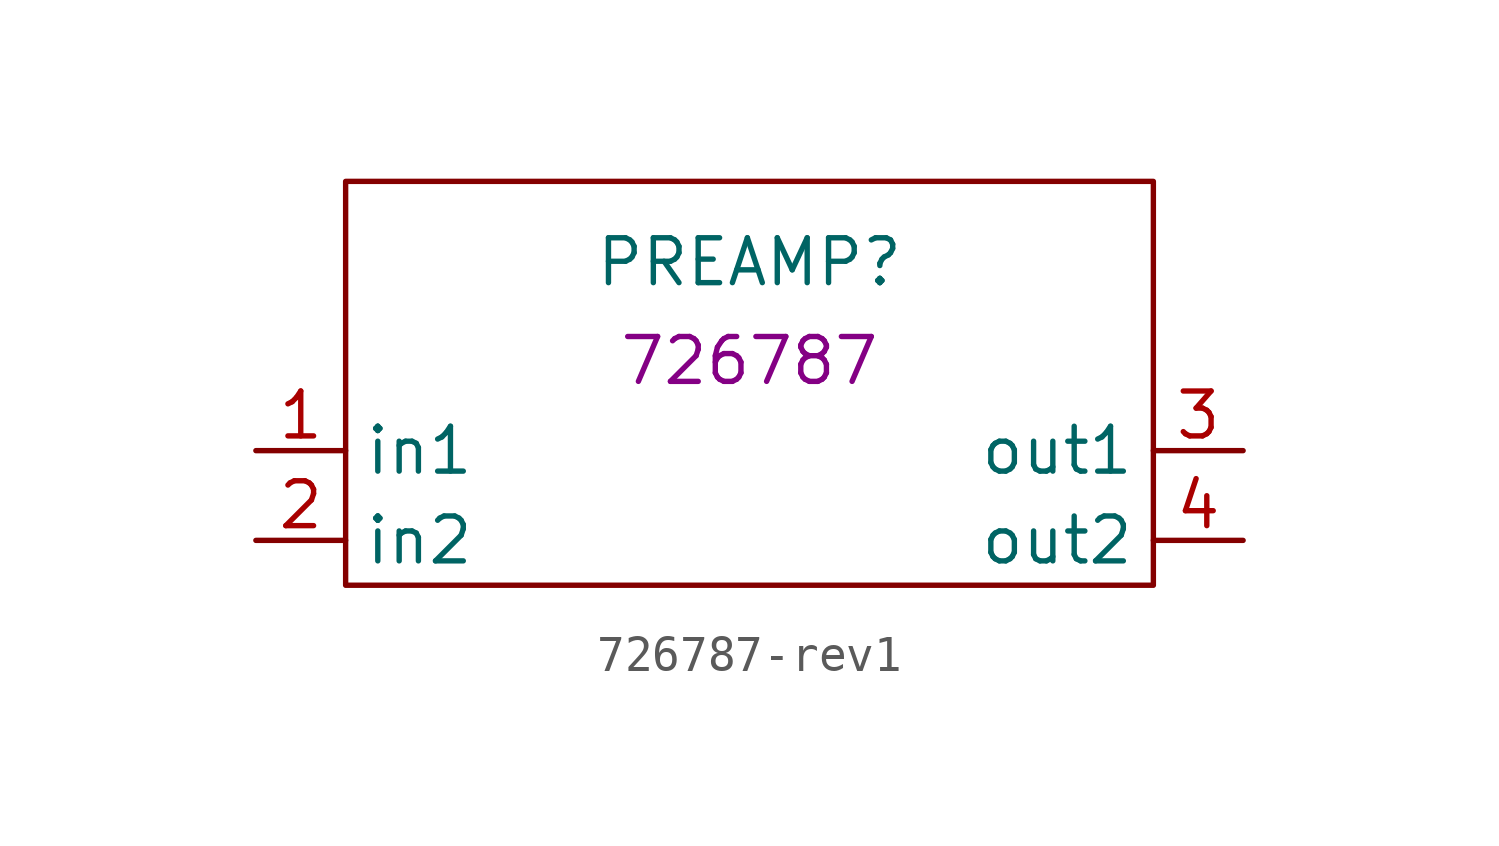
<source format=kicad_sym>
(kicad_symbol_lib
  (version 20241209)
  (generator "kicad_symbol_editor")
  (generator_version "9.0")
  (symbol "726787-rev1"
    (property "Reference" "PREAMP"
      (at 0 5.334 0)
      (do_not_autoplace)
      (effects (font (size 1.27 1.27))))
    (property "Value" ""
      (at 0 -2.286 0)
      (do_not_autoplace)
      (effects (font (size 1.27 1.27))))
    (property "MPN" "726787"
      (at 0 2.54 0)
      (effects (font (size 1.27 1.27))))
    (symbol "726787-rev1_0_1"
      (rectangle (start -11.43 7.62) (end 11.43 -3.81) (stroke (width 0) (type default)) (fill (type none))))
    (symbol "726787-rev1_1_1"
      (pin unspecified line (at -13.97 0 0) (length 2.54) (name "in1" (effects (font (size 1.27 1.27)))) (number "1" (effects (font (size 1.27 1.27)))))
      (pin unspecified line (at -13.97 -2.54 0) (length 2.54) (name "in2" (effects (font (size 1.27 1.27)))) (number "2" (effects (font (size 1.27 1.27)))))
      (pin unspecified line (at 13.97 0 180) (length 2.54) (name "out1" (effects (font (size 1.27 1.27)))) (number "3" (effects (font (size 1.27 1.27)))))
      (pin unspecified line (at 13.97 -2.54 180) (length 2.54) (name "out2" (effects (font (size 1.27 1.27)))) (number "4" (effects (font (size 1.27 1.27))))))))
</source>
